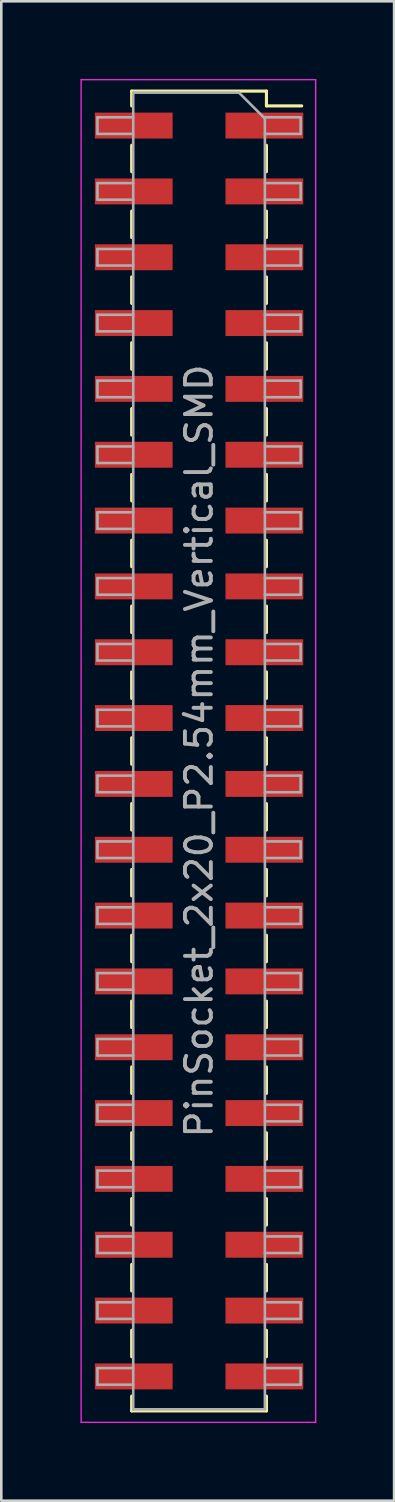
<source format=kicad_pcb>
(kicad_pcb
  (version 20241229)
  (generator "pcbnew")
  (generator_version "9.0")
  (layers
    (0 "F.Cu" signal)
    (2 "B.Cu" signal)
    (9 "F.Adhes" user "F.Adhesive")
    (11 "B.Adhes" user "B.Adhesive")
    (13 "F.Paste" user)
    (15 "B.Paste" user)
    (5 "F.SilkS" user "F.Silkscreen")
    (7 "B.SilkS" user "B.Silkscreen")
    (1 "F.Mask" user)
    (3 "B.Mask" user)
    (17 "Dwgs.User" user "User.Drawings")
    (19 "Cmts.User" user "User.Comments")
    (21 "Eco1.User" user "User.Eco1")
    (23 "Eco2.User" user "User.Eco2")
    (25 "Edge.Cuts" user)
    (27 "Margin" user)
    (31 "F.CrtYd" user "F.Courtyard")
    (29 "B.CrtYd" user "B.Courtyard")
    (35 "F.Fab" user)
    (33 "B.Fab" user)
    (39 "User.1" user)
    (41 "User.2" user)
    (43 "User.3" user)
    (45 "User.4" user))
  (footprint "PinSocket_2x20_P2.54mm_Vertical_SMD"
    (layer "F.Cu")
    (at 4.63 25.925)
    (property "Reference" "PinSocket_2x20_P2.54mm_Vertical_SMD" (at -0.076 -4.28 0) (layer "Eco2.User") (effects (font (size 0.3 0.3) (thickness 0.075))))
    (attr smd)
    (fp_line (start -2.6 -25.46) (end -2.6 -24.89) (stroke (width 0.12) (type solid)) (layer "F.SilkS"))
    (fp_line (start -2.6 -25.46) (end 2.6 -25.46) (stroke (width 0.12) (type solid)) (layer "F.SilkS"))
    (fp_line (start -2.6 -23.37) (end -2.6 -22.35) (stroke (width 0.12) (type solid)) (layer "F.SilkS"))
    (fp_line (start -2.6 -20.83) (end -2.6 -19.81) (stroke (width 0.12) (type solid)) (layer "F.SilkS"))
    (fp_line (start -2.6 -18.29) (end -2.6 -17.27) (stroke (width 0.12) (type solid)) (layer "F.SilkS"))
    (fp_line (start -2.6 -15.75) (end -2.6 -14.73) (stroke (width 0.12) (type solid)) (layer "F.SilkS"))
    (fp_line (start -2.6 -13.21) (end -2.6 -12.19) (stroke (width 0.12) (type solid)) (layer "F.SilkS"))
    (fp_line (start -2.6 -10.67) (end -2.6 -9.65) (stroke (width 0.12) (type solid)) (layer "F.SilkS"))
    (fp_line (start -2.6 -8.13) (end -2.6 -7.11) (stroke (width 0.12) (type solid)) (layer "F.SilkS"))
    (fp_line (start -2.6 -5.59) (end -2.6 -4.57) (stroke (width 0.12) (type solid)) (layer "F.SilkS"))
    (fp_line (start -2.6 -3.05) (end -2.6 -2.03) (stroke (width 0.12) (type solid)) (layer "F.SilkS"))
    (fp_line (start -2.6 -0.51) (end -2.6 0.51) (stroke (width 0.12) (type solid)) (layer "F.SilkS"))
    (fp_line (start -2.6 2.03) (end -2.6 3.05) (stroke (width 0.12) (type solid)) (layer "F.SilkS"))
    (fp_line (start -2.6 4.57) (end -2.6 5.59) (stroke (width 0.12) (type solid)) (layer "F.SilkS"))
    (fp_line (start -2.6 7.11) (end -2.6 8.13) (stroke (width 0.12) (type solid)) (layer "F.SilkS"))
    (fp_line (start -2.6 9.65) (end -2.6 10.67) (stroke (width 0.12) (type solid)) (layer "F.SilkS"))
    (fp_line (start -2.6 12.19) (end -2.6 13.21) (stroke (width 0.12) (type solid)) (layer "F.SilkS"))
    (fp_line (start -2.6 14.73) (end -2.6 15.75) (stroke (width 0.12) (type solid)) (layer "F.SilkS"))
    (fp_line (start -2.6 17.27) (end -2.6 18.29) (stroke (width 0.12) (type solid)) (layer "F.SilkS"))
    (fp_line (start -2.6 19.81) (end -2.6 20.83) (stroke (width 0.12) (type solid)) (layer "F.SilkS"))
    (fp_line (start -2.6 22.35) (end -2.6 23.37) (stroke (width 0.12) (type solid)) (layer "F.SilkS"))
    (fp_line (start -2.6 24.89) (end -2.6 25.46) (stroke (width 0.12) (type solid)) (layer "F.SilkS"))
    (fp_line (start -2.6 25.46) (end 2.6 25.46) (stroke (width 0.12) (type solid)) (layer "F.SilkS"))
    (fp_line (start 2.6 -25.46) (end 2.6 -24.89) (stroke (width 0.12) (type solid)) (layer "F.SilkS"))
    (fp_line (start 2.6 -24.89) (end 3.96 -24.89) (stroke (width 0.12) (type solid)) (layer "F.SilkS"))
    (fp_line (start 2.6 -23.37) (end 2.6 -22.35) (stroke (width 0.12) (type solid)) (layer "F.SilkS"))
    (fp_line (start 2.6 -20.83) (end 2.6 -19.81) (stroke (width 0.12) (type solid)) (layer "F.SilkS"))
    (fp_line (start 2.6 -18.29) (end 2.6 -17.27) (stroke (width 0.12) (type solid)) (layer "F.SilkS"))
    (fp_line (start 2.6 -15.75) (end 2.6 -14.73) (stroke (width 0.12) (type solid)) (layer "F.SilkS"))
    (fp_line (start 2.6 -13.21) (end 2.6 -12.19) (stroke (width 0.12) (type solid)) (layer "F.SilkS"))
    (fp_line (start 2.6 -10.67) (end 2.6 -9.65) (stroke (width 0.12) (type solid)) (layer "F.SilkS"))
    (fp_line (start 2.6 -8.13) (end 2.6 -7.11) (stroke (width 0.12) (type solid)) (layer "F.SilkS"))
    (fp_line (start 2.6 -5.59) (end 2.6 -4.57) (stroke (width 0.12) (type solid)) (layer "F.SilkS"))
    (fp_line (start 2.6 -3.05) (end 2.6 -2.03) (stroke (width 0.12) (type solid)) (layer "F.SilkS"))
    (fp_line (start 2.6 -0.51) (end 2.6 0.51) (stroke (width 0.12) (type solid)) (layer "F.SilkS"))
    (fp_line (start 2.6 2.03) (end 2.6 3.05) (stroke (width 0.12) (type solid)) (layer "F.SilkS"))
    (fp_line (start 2.6 4.57) (end 2.6 5.59) (stroke (width 0.12) (type solid)) (layer "F.SilkS"))
    (fp_line (start 2.6 7.11) (end 2.6 8.13) (stroke (width 0.12) (type solid)) (layer "F.SilkS"))
    (fp_line (start 2.6 9.65) (end 2.6 10.67) (stroke (width 0.12) (type solid)) (layer "F.SilkS"))
    (fp_line (start 2.6 12.19) (end 2.6 13.21) (stroke (width 0.12) (type solid)) (layer "F.SilkS"))
    (fp_line (start 2.6 14.73) (end 2.6 15.75) (stroke (width 0.12) (type solid)) (layer "F.SilkS"))
    (fp_line (start 2.6 17.27) (end 2.6 18.29) (stroke (width 0.12) (type solid)) (layer "F.SilkS"))
    (fp_line (start 2.6 19.81) (end 2.6 20.83) (stroke (width 0.12) (type solid)) (layer "F.SilkS"))
    (fp_line (start 2.6 22.35) (end 2.6 23.37) (stroke (width 0.12) (type solid)) (layer "F.SilkS"))
    (fp_line (start 2.6 24.89) (end 2.6 25.46) (stroke (width 0.12) (type solid)) (layer "F.SilkS"))
    (fp_line (start -4.55 -25.9) (end 4.5 -25.9) (stroke (width 0.05) (type solid)) (layer "F.CrtYd"))
    (fp_line (start -4.55 25.9) (end -4.55 -25.9) (stroke (width 0.05) (type solid)) (layer "F.CrtYd"))
    (fp_line (start 4.5 -25.9) (end 4.5 25.9) (stroke (width 0.05) (type solid)) (layer "F.CrtYd"))
    (fp_line (start 4.5 25.9) (end -4.55 25.9) (stroke (width 0.05) (type solid)) (layer "F.CrtYd"))
    (fp_line (start -3.92 -24.45) (end -2.54 -24.45) (stroke (width 0.1) (type solid)) (layer "F.Fab"))
    (fp_line (start -3.92 -23.81) (end -3.92 -24.45) (stroke (width 0.1) (type solid)) (layer "F.Fab"))
    (fp_line (start -3.92 -21.91) (end -2.54 -21.91) (stroke (width 0.1) (type solid)) (layer "F.Fab"))
    (fp_line (start -3.92 -21.27) (end -3.92 -21.91) (stroke (width 0.1) (type solid)) (layer "F.Fab"))
    (fp_line (start -3.92 -19.37) (end -2.54 -19.37) (stroke (width 0.1) (type solid)) (layer "F.Fab"))
    (fp_line (start -3.92 -18.73) (end -3.92 -19.37) (stroke (width 0.1) (type solid)) (layer "F.Fab"))
    (fp_line (start -3.92 -16.83) (end -2.54 -16.83) (stroke (width 0.1) (type solid)) (layer "F.Fab"))
    (fp_line (start -3.92 -16.19) (end -3.92 -16.83) (stroke (width 0.1) (type solid)) (layer "F.Fab"))
    (fp_line (start -3.92 -14.29) (end -2.54 -14.29) (stroke (width 0.1) (type solid)) (layer "F.Fab"))
    (fp_line (start -3.92 -13.65) (end -3.92 -14.29) (stroke (width 0.1) (type solid)) (layer "F.Fab"))
    (fp_line (start -3.92 -11.75) (end -2.54 -11.75) (stroke (width 0.1) (type solid)) (layer "F.Fab"))
    (fp_line (start -3.92 -11.11) (end -3.92 -11.75) (stroke (width 0.1) (type solid)) (layer "F.Fab"))
    (fp_line (start -3.92 -9.21) (end -2.54 -9.21) (stroke (width 0.1) (type solid)) (layer "F.Fab"))
    (fp_line (start -3.92 -8.57) (end -3.92 -9.21) (stroke (width 0.1) (type solid)) (layer "F.Fab"))
    (fp_line (start -3.92 -6.67) (end -2.54 -6.67) (stroke (width 0.1) (type solid)) (layer "F.Fab"))
    (fp_line (start -3.92 -6.03) (end -3.92 -6.67) (stroke (width 0.1) (type solid)) (layer "F.Fab"))
    (fp_line (start -3.92 -4.13) (end -2.54 -4.13) (stroke (width 0.1) (type solid)) (layer "F.Fab"))
    (fp_line (start -3.92 -3.49) (end -3.92 -4.13) (stroke (width 0.1) (type solid)) (layer "F.Fab"))
    (fp_line (start -3.92 -1.59) (end -2.54 -1.59) (stroke (width 0.1) (type solid)) (layer "F.Fab"))
    (fp_line (start -3.92 -0.95) (end -3.92 -1.59) (stroke (width 0.1) (type solid)) (layer "F.Fab"))
    (fp_line (start -3.92 0.95) (end -2.54 0.95) (stroke (width 0.1) (type solid)) (layer "F.Fab"))
    (fp_line (start -3.92 1.59) (end -3.92 0.95) (stroke (width 0.1) (type solid)) (layer "F.Fab"))
    (fp_line (start -3.92 3.49) (end -2.54 3.49) (stroke (width 0.1) (type solid)) (layer "F.Fab"))
    (fp_line (start -3.92 4.13) (end -3.92 3.49) (stroke (width 0.1) (type solid)) (layer "F.Fab"))
    (fp_line (start -3.92 6.03) (end -2.54 6.03) (stroke (width 0.1) (type solid)) (layer "F.Fab"))
    (fp_line (start -3.92 6.67) (end -3.92 6.03) (stroke (width 0.1) (type solid)) (layer "F.Fab"))
    (fp_line (start -3.92 8.57) (end -2.54 8.57) (stroke (width 0.1) (type solid)) (layer "F.Fab"))
    (fp_line (start -3.92 9.21) (end -3.92 8.57) (stroke (width 0.1) (type solid)) (layer "F.Fab"))
    (fp_line (start -3.92 11.11) (end -2.54 11.11) (stroke (width 0.1) (type solid)) (layer "F.Fab"))
    (fp_line (start -3.92 11.75) (end -3.92 11.11) (stroke (width 0.1) (type solid)) (layer "F.Fab"))
    (fp_line (start -3.92 13.65) (end -2.54 13.65) (stroke (width 0.1) (type solid)) (layer "F.Fab"))
    (fp_line (start -3.92 14.29) (end -3.92 13.65) (stroke (width 0.1) (type solid)) (layer "F.Fab"))
    (fp_line (start -3.92 16.19) (end -2.54 16.19) (stroke (width 0.1) (type solid)) (layer "F.Fab"))
    (fp_line (start -3.92 16.83) (end -3.92 16.19) (stroke (width 0.1) (type solid)) (layer "F.Fab"))
    (fp_line (start -3.92 18.73) (end -2.54 18.73) (stroke (width 0.1) (type solid)) (layer "F.Fab"))
    (fp_line (start -3.92 19.37) (end -3.92 18.73) (stroke (width 0.1) (type solid)) (layer "F.Fab"))
    (fp_line (start -3.92 21.27) (end -2.54 21.27) (stroke (width 0.1) (type solid)) (layer "F.Fab"))
    (fp_line (start -3.92 21.91) (end -3.92 21.27) (stroke (width 0.1) (type solid)) (layer "F.Fab"))
    (fp_line (start -3.92 23.81) (end -2.54 23.81) (stroke (width 0.1) (type solid)) (layer "F.Fab"))
    (fp_line (start -3.92 24.45) (end -3.92 23.81) (stroke (width 0.1) (type solid)) (layer "F.Fab"))
    (fp_line (start -2.54 -25.4) (end 1.54 -25.4) (stroke (width 0.1) (type solid)) (layer "F.Fab"))
    (fp_line (start -2.54 -23.81) (end -3.92 -23.81) (stroke (width 0.1) (type solid)) (layer "F.Fab"))
    (fp_line (start -2.54 -21.27) (end -3.92 -21.27) (stroke (width 0.1) (type solid)) (layer "F.Fab"))
    (fp_line (start -2.54 -18.73) (end -3.92 -18.73) (stroke (width 0.1) (type solid)) (layer "F.Fab"))
    (fp_line (start -2.54 -16.19) (end -3.92 -16.19) (stroke (width 0.1) (type solid)) (layer "F.Fab"))
    (fp_line (start -2.54 -13.65) (end -3.92 -13.65) (stroke (width 0.1) (type solid)) (layer "F.Fab"))
    (fp_line (start -2.54 -11.11) (end -3.92 -11.11) (stroke (width 0.1) (type solid)) (layer "F.Fab"))
    (fp_line (start -2.54 -8.57) (end -3.92 -8.57) (stroke (width 0.1) (type solid)) (layer "F.Fab"))
    (fp_line (start -2.54 -6.03) (end -3.92 -6.03) (stroke (width 0.1) (type solid)) (layer "F.Fab"))
    (fp_line (start -2.54 -3.49) (end -3.92 -3.49) (stroke (width 0.1) (type solid)) (layer "F.Fab"))
    (fp_line (start -2.54 -0.95) (end -3.92 -0.95) (stroke (width 0.1) (type solid)) (layer "F.Fab"))
    (fp_line (start -2.54 1.59) (end -3.92 1.59) (stroke (width 0.1) (type solid)) (layer "F.Fab"))
    (fp_line (start -2.54 4.13) (end -3.92 4.13) (stroke (width 0.1) (type solid)) (layer "F.Fab"))
    (fp_line (start -2.54 6.67) (end -3.92 6.67) (stroke (width 0.1) (type solid)) (layer "F.Fab"))
    (fp_line (start -2.54 9.21) (end -3.92 9.21) (stroke (width 0.1) (type solid)) (layer "F.Fab"))
    (fp_line (start -2.54 11.75) (end -3.92 11.75) (stroke (width 0.1) (type solid)) (layer "F.Fab"))
    (fp_line (start -2.54 14.29) (end -3.92 14.29) (stroke (width 0.1) (type solid)) (layer "F.Fab"))
    (fp_line (start -2.54 16.83) (end -3.92 16.83) (stroke (width 0.1) (type solid)) (layer "F.Fab"))
    (fp_line (start -2.54 19.37) (end -3.92 19.37) (stroke (width 0.1) (type solid)) (layer "F.Fab"))
    (fp_line (start -2.54 21.91) (end -3.92 21.91) (stroke (width 0.1) (type solid)) (layer "F.Fab"))
    (fp_line (start -2.54 24.45) (end -3.92 24.45) (stroke (width 0.1) (type solid)) (layer "F.Fab"))
    (fp_line (start -2.54 25.4) (end -2.54 -25.4) (stroke (width 0.1) (type solid)) (layer "F.Fab"))
    (fp_line (start 1.54 -25.4) (end 2.54 -24.4) (stroke (width 0.1) (type solid)) (layer "F.Fab"))
    (fp_line (start 2.54 -24.45) (end 3.92 -24.45) (stroke (width 0.1) (type solid)) (layer "F.Fab"))
    (fp_line (start 2.54 -24.4) (end 2.54 25.4) (stroke (width 0.1) (type solid)) (layer "F.Fab"))
    (fp_line (start 2.54 -21.91) (end 3.92 -21.91) (stroke (width 0.1) (type solid)) (layer "F.Fab"))
    (fp_line (start 2.54 -19.37) (end 3.92 -19.37) (stroke (width 0.1) (type solid)) (layer "F.Fab"))
    (fp_line (start 2.54 -16.83) (end 3.92 -16.83) (stroke (width 0.1) (type solid)) (layer "F.Fab"))
    (fp_line (start 2.54 -14.29) (end 3.92 -14.29) (stroke (width 0.1) (type solid)) (layer "F.Fab"))
    (fp_line (start 2.54 -11.75) (end 3.92 -11.75) (stroke (width 0.1) (type solid)) (layer "F.Fab"))
    (fp_line (start 2.54 -9.21) (end 3.92 -9.21) (stroke (width 0.1) (type solid)) (layer "F.Fab"))
    (fp_line (start 2.54 -6.67) (end 3.92 -6.67) (stroke (width 0.1) (type solid)) (layer "F.Fab"))
    (fp_line (start 2.54 -4.13) (end 3.92 -4.13) (stroke (width 0.1) (type solid)) (layer "F.Fab"))
    (fp_line (start 2.54 -1.59) (end 3.92 -1.59) (stroke (width 0.1) (type solid)) (layer "F.Fab"))
    (fp_line (start 2.54 0.95) (end 3.92 0.95) (stroke (width 0.1) (type solid)) (layer "F.Fab"))
    (fp_line (start 2.54 3.49) (end 3.92 3.49) (stroke (width 0.1) (type solid)) (layer "F.Fab"))
    (fp_line (start 2.54 6.03) (end 3.92 6.03) (stroke (width 0.1) (type solid)) (layer "F.Fab"))
    (fp_line (start 2.54 8.57) (end 3.92 8.57) (stroke (width 0.1) (type solid)) (layer "F.Fab"))
    (fp_line (start 2.54 11.11) (end 3.92 11.11) (stroke (width 0.1) (type solid)) (layer "F.Fab"))
    (fp_line (start 2.54 13.65) (end 3.92 13.65) (stroke (width 0.1) (type solid)) (layer "F.Fab"))
    (fp_line (start 2.54 16.19) (end 3.92 16.19) (stroke (width 0.1) (type solid)) (layer "F.Fab"))
    (fp_line (start 2.54 18.73) (end 3.92 18.73) (stroke (width 0.1) (type solid)) (layer "F.Fab"))
    (fp_line (start 2.54 21.27) (end 3.92 21.27) (stroke (width 0.1) (type solid)) (layer "F.Fab"))
    (fp_line (start 2.54 23.81) (end 3.92 23.81) (stroke (width 0.1) (type solid)) (layer "F.Fab"))
    (fp_line (start 2.54 25.4) (end -2.54 25.4) (stroke (width 0.1) (type solid)) (layer "F.Fab"))
    (fp_line (start 3.92 -24.45) (end 3.92 -23.81) (stroke (width 0.1) (type solid)) (layer "F.Fab"))
    (fp_line (start 3.92 -23.81) (end 2.54 -23.81) (stroke (width 0.1) (type solid)) (layer "F.Fab"))
    (fp_line (start 3.92 -21.91) (end 3.92 -21.27) (stroke (width 0.1) (type solid)) (layer "F.Fab"))
    (fp_line (start 3.92 -21.27) (end 2.54 -21.27) (stroke (width 0.1) (type solid)) (layer "F.Fab"))
    (fp_line (start 3.92 -19.37) (end 3.92 -18.73) (stroke (width 0.1) (type solid)) (layer "F.Fab"))
    (fp_line (start 3.92 -18.73) (end 2.54 -18.73) (stroke (width 0.1) (type solid)) (layer "F.Fab"))
    (fp_line (start 3.92 -16.83) (end 3.92 -16.19) (stroke (width 0.1) (type solid)) (layer "F.Fab"))
    (fp_line (start 3.92 -16.19) (end 2.54 -16.19) (stroke (width 0.1) (type solid)) (layer "F.Fab"))
    (fp_line (start 3.92 -14.29) (end 3.92 -13.65) (stroke (width 0.1) (type solid)) (layer "F.Fab"))
    (fp_line (start 3.92 -13.65) (end 2.54 -13.65) (stroke (width 0.1) (type solid)) (layer "F.Fab"))
    (fp_line (start 3.92 -11.75) (end 3.92 -11.11) (stroke (width 0.1) (type solid)) (layer "F.Fab"))
    (fp_line (start 3.92 -11.11) (end 2.54 -11.11) (stroke (width 0.1) (type solid)) (layer "F.Fab"))
    (fp_line (start 3.92 -9.21) (end 3.92 -8.57) (stroke (width 0.1) (type solid)) (layer "F.Fab"))
    (fp_line (start 3.92 -8.57) (end 2.54 -8.57) (stroke (width 0.1) (type solid)) (layer "F.Fab"))
    (fp_line (start 3.92 -6.67) (end 3.92 -6.03) (stroke (width 0.1) (type solid)) (layer "F.Fab"))
    (fp_line (start 3.92 -6.03) (end 2.54 -6.03) (stroke (width 0.1) (type solid)) (layer "F.Fab"))
    (fp_line (start 3.92 -4.13) (end 3.92 -3.49) (stroke (width 0.1) (type solid)) (layer "F.Fab"))
    (fp_line (start 3.92 -3.49) (end 2.54 -3.49) (stroke (width 0.1) (type solid)) (layer "F.Fab"))
    (fp_line (start 3.92 -1.59) (end 3.92 -0.95) (stroke (width 0.1) (type solid)) (layer "F.Fab"))
    (fp_line (start 3.92 -0.95) (end 2.54 -0.95) (stroke (width 0.1) (type solid)) (layer "F.Fab"))
    (fp_line (start 3.92 0.95) (end 3.92 1.59) (stroke (width 0.1) (type solid)) (layer "F.Fab"))
    (fp_line (start 3.92 1.59) (end 2.54 1.59) (stroke (width 0.1) (type solid)) (layer "F.Fab"))
    (fp_line (start 3.92 3.49) (end 3.92 4.13) (stroke (width 0.1) (type solid)) (layer "F.Fab"))
    (fp_line (start 3.92 4.13) (end 2.54 4.13) (stroke (width 0.1) (type solid)) (layer "F.Fab"))
    (fp_line (start 3.92 6.03) (end 3.92 6.67) (stroke (width 0.1) (type solid)) (layer "F.Fab"))
    (fp_line (start 3.92 6.67) (end 2.54 6.67) (stroke (width 0.1) (type solid)) (layer "F.Fab"))
    (fp_line (start 3.92 8.57) (end 3.92 9.21) (stroke (width 0.1) (type solid)) (layer "F.Fab"))
    (fp_line (start 3.92 9.21) (end 2.54 9.21) (stroke (width 0.1) (type solid)) (layer "F.Fab"))
    (fp_line (start 3.92 11.11) (end 3.92 11.75) (stroke (width 0.1) (type solid)) (layer "F.Fab"))
    (fp_line (start 3.92 11.75) (end 2.54 11.75) (stroke (width 0.1) (type solid)) (layer "F.Fab"))
    (fp_line (start 3.92 13.65) (end 3.92 14.29) (stroke (width 0.1) (type solid)) (layer "F.Fab"))
    (fp_line (start 3.92 14.29) (end 2.54 14.29) (stroke (width 0.1) (type solid)) (layer "F.Fab"))
    (fp_line (start 3.92 16.19) (end 3.92 16.83) (stroke (width 0.1) (type solid)) (layer "F.Fab"))
    (fp_line (start 3.92 16.83) (end 2.54 16.83) (stroke (width 0.1) (type solid)) (layer "F.Fab"))
    (fp_line (start 3.92 18.73) (end 3.92 19.37) (stroke (width 0.1) (type solid)) (layer "F.Fab"))
    (fp_line (start 3.92 19.37) (end 2.54 19.37) (stroke (width 0.1) (type solid)) (layer "F.Fab"))
    (fp_line (start 3.92 21.27) (end 3.92 21.91) (stroke (width 0.1) (type solid)) (layer "F.Fab"))
    (fp_line (start 3.92 21.91) (end 2.54 21.91) (stroke (width 0.1) (type solid)) (layer "F.Fab"))
    (fp_line (start 3.92 23.81) (end 3.92 24.45) (stroke (width 0.1) (type solid)) (layer "F.Fab"))
    (fp_line (start 3.92 24.45) (end 2.54 24.45) (stroke (width 0.1) (type solid)) (layer "F.Fab"))
    (fp_text user "${REFERENCE}" (at 0 0 90) (layer "F.Fab") (effects (font (size 1 1) (thickness 0.15))))
    (pad "1" smd rect (at 2.52 -24.13) (size 3 1) (layers "F.Cu" "F.Mask" "F.Paste"))
    (pad "2" smd rect (at -2.52 -24.13) (size 3 1) (layers "F.Cu" "F.Mask" "F.Paste"))
    (pad "3" smd rect (at 2.52 -21.59) (size 3 1) (layers "F.Cu" "F.Mask" "F.Paste"))
    (pad "4" smd rect (at -2.52 -21.59) (size 3 1) (layers "F.Cu" "F.Mask" "F.Paste"))
    (pad "5" smd rect (at 2.52 -19.05) (size 3 1) (layers "F.Cu" "F.Mask" "F.Paste"))
    (pad "6" smd rect (at -2.52 -19.05) (size 3 1) (layers "F.Cu" "F.Mask" "F.Paste"))
    (pad "7" smd rect (at 2.52 -16.51) (size 3 1) (layers "F.Cu" "F.Mask" "F.Paste"))
    (pad "8" smd rect (at -2.52 -16.51) (size 3 1) (layers "F.Cu" "F.Mask" "F.Paste"))
    (pad "9" smd rect (at 2.52 -13.97) (size 3 1) (layers "F.Cu" "F.Mask" "F.Paste"))
    (pad "10" smd rect (at -2.52 -13.97) (size 3 1) (layers "F.Cu" "F.Mask" "F.Paste"))
    (pad "11" smd rect (at 2.52 -11.43) (size 3 1) (layers "F.Cu" "F.Mask" "F.Paste"))
    (pad "12" smd rect (at -2.52 -11.43) (size 3 1) (layers "F.Cu" "F.Mask" "F.Paste"))
    (pad "13" smd rect (at 2.52 -8.89) (size 3 1) (layers "F.Cu" "F.Mask" "F.Paste"))
    (pad "14" smd rect (at -2.52 -8.89) (size 3 1) (layers "F.Cu" "F.Mask" "F.Paste"))
    (pad "15" smd rect (at 2.52 -6.35) (size 3 1) (layers "F.Cu" "F.Mask" "F.Paste"))
    (pad "16" smd rect (at -2.52 -6.35) (size 3 1) (layers "F.Cu" "F.Mask" "F.Paste"))
    (pad "17" smd rect (at 2.52 -3.81) (size 3 1) (layers "F.Cu" "F.Mask" "F.Paste"))
    (pad "18" smd rect (at -2.52 -3.81) (size 3 1) (layers "F.Cu" "F.Mask" "F.Paste"))
    (pad "19" smd rect (at 2.52 -1.27) (size 3 1) (layers "F.Cu" "F.Mask" "F.Paste"))
    (pad "20" smd rect (at -2.52 -1.27) (size 3 1) (layers "F.Cu" "F.Mask" "F.Paste"))
    (pad "21" smd rect (at 2.52 1.27) (size 3 1) (layers "F.Cu" "F.Mask" "F.Paste"))
    (pad "22" smd rect (at -2.52 1.27) (size 3 1) (layers "F.Cu" "F.Mask" "F.Paste"))
    (pad "23" smd rect (at 2.52 3.81) (size 3 1) (layers "F.Cu" "F.Mask" "F.Paste"))
    (pad "24" smd rect (at -2.52 3.81) (size 3 1) (layers "F.Cu" "F.Mask" "F.Paste"))
    (pad "25" smd rect (at 2.52 6.35) (size 3 1) (layers "F.Cu" "F.Mask" "F.Paste"))
    (pad "26" smd rect (at -2.52 6.35) (size 3 1) (layers "F.Cu" "F.Mask" "F.Paste"))
    (pad "27" smd rect (at 2.52 8.89) (size 3 1) (layers "F.Cu" "F.Mask" "F.Paste"))
    (pad "28" smd rect (at -2.52 8.89) (size 3 1) (layers "F.Cu" "F.Mask" "F.Paste"))
    (pad "29" smd rect (at 2.52 11.43) (size 3 1) (layers "F.Cu" "F.Mask" "F.Paste"))
    (pad "30" smd rect (at -2.52 11.43) (size 3 1) (layers "F.Cu" "F.Mask" "F.Paste"))
    (pad "31" smd rect (at 2.52 13.97) (size 3 1) (layers "F.Cu" "F.Mask" "F.Paste"))
    (pad "32" smd rect (at -2.52 13.97) (size 3 1) (layers "F.Cu" "F.Mask" "F.Paste"))
    (pad "33" smd rect (at 2.52 16.51) (size 3 1) (layers "F.Cu" "F.Mask" "F.Paste"))
    (pad "34" smd rect (at -2.52 16.51) (size 3 1) (layers "F.Cu" "F.Mask" "F.Paste"))
    (pad "35" smd rect (at 2.52 19.05) (size 3 1) (layers "F.Cu" "F.Mask" "F.Paste"))
    (pad "36" smd rect (at -2.52 19.05) (size 3 1) (layers "F.Cu" "F.Mask" "F.Paste"))
    (pad "37" smd rect (at 2.52 21.59) (size 3 1) (layers "F.Cu" "F.Mask" "F.Paste"))
    (pad "38" smd rect (at -2.52 21.59) (size 3 1) (layers "F.Cu" "F.Mask" "F.Paste"))
    (pad "39" smd rect (at 2.52 24.13) (size 3 1) (layers "F.Cu" "F.Mask" "F.Paste"))
    (pad "40" smd rect (at -2.52 24.13) (size 3 1) (layers "F.Cu" "F.Mask" "F.Paste")))
  (gr_rect
    (start -3 -3)
    (end 12.155 54.85)
    (stroke (width 0.1) (type default))
    (fill no)
    (layer "Edge.Cuts")))
</source>
